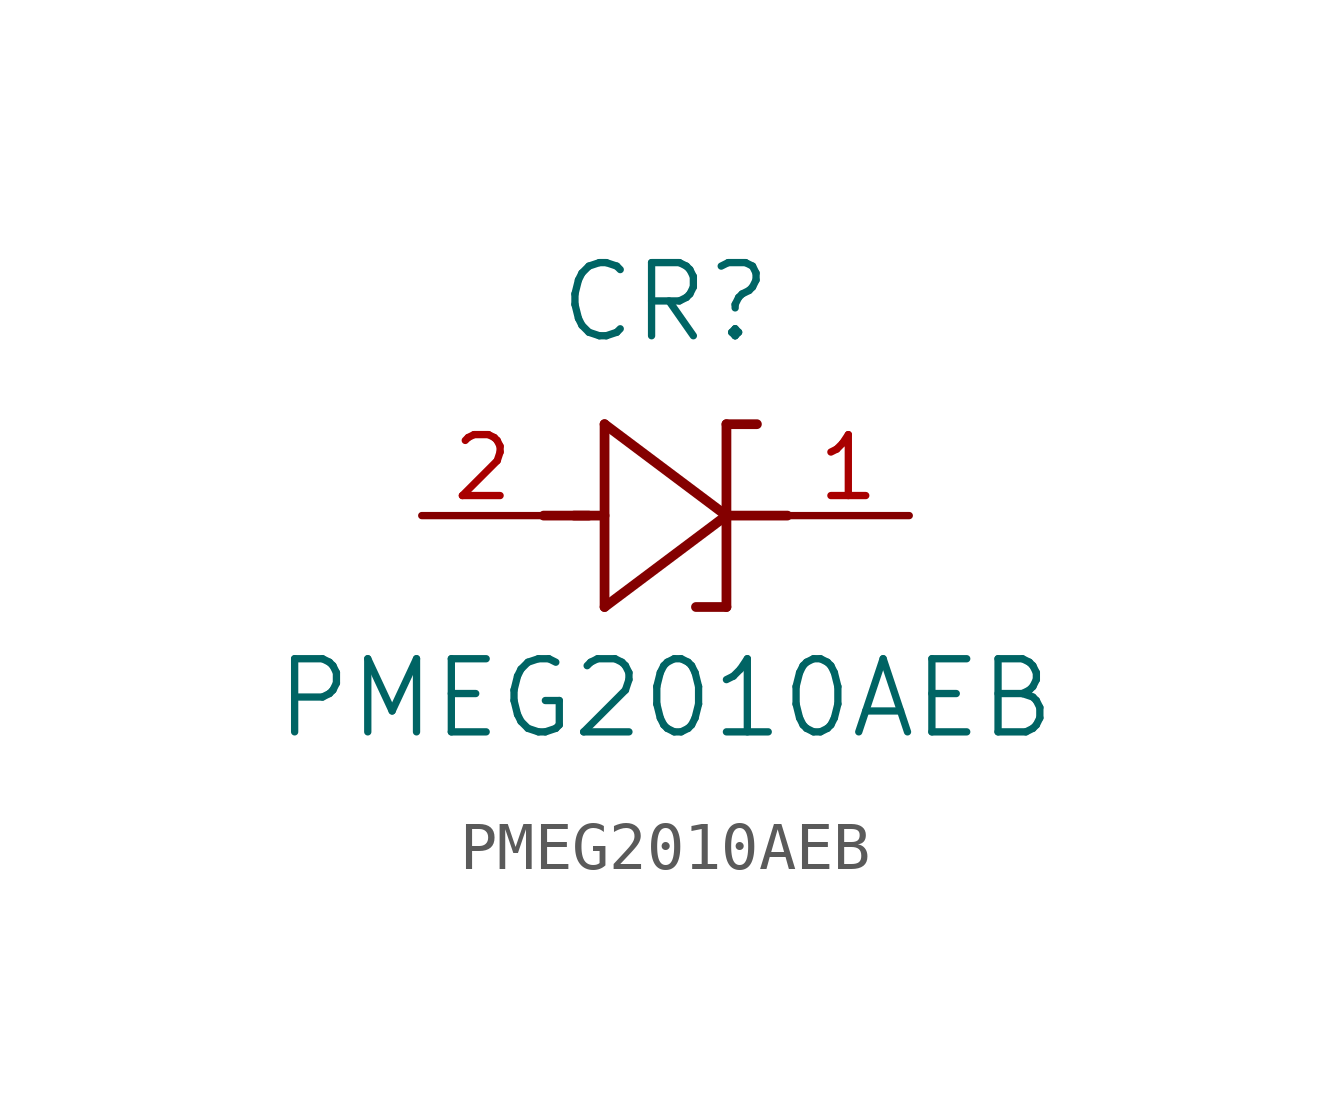
<source format=kicad_sym>
(kicad_symbol_lib
  (version 20211014)
  (generator kicad_symbol_editor)
  (symbol "PMEG2010AEB"
    (pin_names
      (offset 0.254))
    (property "Reference" "CR"
      (at 5.08 4.445 0)
      (effects (font (size 1.524 1.524))))
    (property "Value" "PMEG2010AEB"
      (at 5.08 -3.81 0)
      (effects (font (size 1.524 1.524))))
    (symbol "PMEG2010AEB_0_1"
      (polyline (pts (xy 2.54 0) (xy 3.48 0)) (stroke (width 0.203) (type default) (color 0 0 0 0)) (fill (type none)))
      (polyline (pts (xy 3.175 0) (xy 3.81 0)) (stroke (width 0.203) (type default) (color 0 0 0 0)) (fill (type none)))
      (polyline (pts (xy 3.81 -1.905) (xy 6.35 0)) (stroke (width 0.203) (type default) (color 0 0 0 0)) (fill (type none)))
      (polyline (pts (xy 6.35 -1.905) (xy 5.715 -1.905)) (stroke (width 0.203) (type default) (color 0 0 0 0)) (fill (type none)))
      (polyline (pts (xy 6.35 1.905) (xy 6.985 1.905)) (stroke (width 0.203) (type default) (color 0 0 0 0)) (fill (type none)))
      (polyline (pts (xy 3.81 1.905) (xy 3.81 -1.905)) (stroke (width 0.203) (type default) (color 0 0 0 0)) (fill (type none)))
      (polyline (pts (xy 6.35 -1.905) (xy 6.35 1.905)) (stroke (width 0.203) (type default) (color 0 0 0 0)) (fill (type none)))
      (polyline (pts (xy 6.35 0) (xy 3.81 1.905)) (stroke (width 0.203) (type default) (color 0 0 0 0)) (fill (type none)))
      (polyline (pts (xy 6.35 0) (xy 7.62 0)) (stroke (width 0.203) (type default) (color 0 0 0 0)) (fill (type none)))
      (pin unspecified line (at 10.16 0 180) (length 2.54) (name "" (effects (font (size 1.27 1.27)))) (number "1" (effects (font (size 1.27 1.27)))))
      (pin unspecified line (at 0 0 0) (length 2.54) (name "" (effects (font (size 1.27 1.27)))) (number "2" (effects (font (size 1.27 1.27))))))))
</source>
